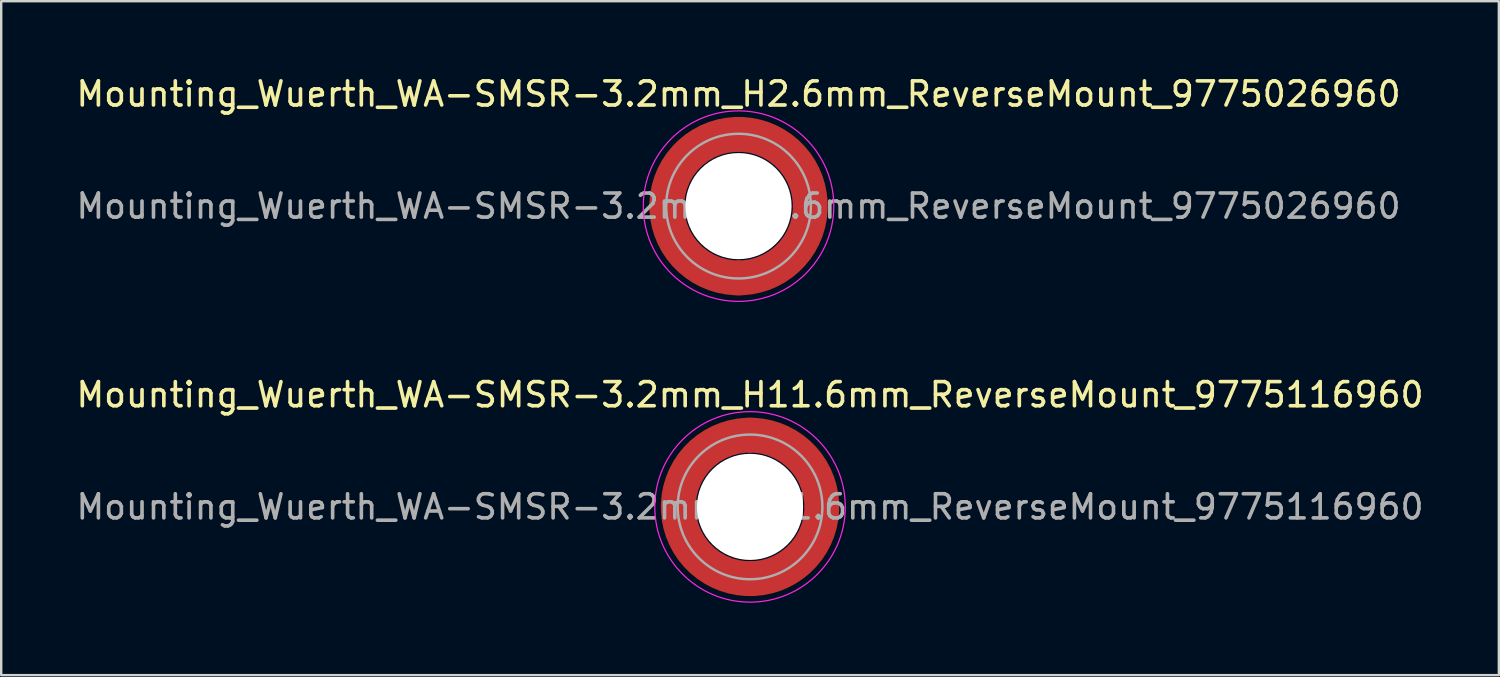
<source format=kicad_pcb>
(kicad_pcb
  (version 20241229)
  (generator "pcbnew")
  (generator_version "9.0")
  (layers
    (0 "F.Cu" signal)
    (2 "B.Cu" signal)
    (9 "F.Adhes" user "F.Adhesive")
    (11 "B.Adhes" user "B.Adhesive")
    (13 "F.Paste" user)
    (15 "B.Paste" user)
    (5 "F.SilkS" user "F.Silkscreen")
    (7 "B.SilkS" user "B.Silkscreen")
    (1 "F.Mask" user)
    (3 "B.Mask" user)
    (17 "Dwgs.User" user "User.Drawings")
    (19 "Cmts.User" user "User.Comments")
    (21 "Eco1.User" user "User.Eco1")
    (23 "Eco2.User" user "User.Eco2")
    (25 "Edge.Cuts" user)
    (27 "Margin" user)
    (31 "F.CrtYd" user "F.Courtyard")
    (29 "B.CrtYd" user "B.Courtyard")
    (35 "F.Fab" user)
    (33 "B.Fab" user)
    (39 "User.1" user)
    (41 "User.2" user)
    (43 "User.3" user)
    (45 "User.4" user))
  (footprint "Mounting_Wuerth_WA-SMSR-3.2mm_H2.6mm_ReverseMount_9775026960"
    (layer "F.Cu")
    (at 27.577 5.498)
    (property "Reference" "Mounting_Wuerth_WA-SMSR-3.2mm_H2.6mm_ReverseMount_9775026960" (at 0 -4.65 0) (layer "F.SilkS") (effects (font (size 1 1) (thickness 0.15))))
    (attr smd)
    (fp_circle (center 0 0) (end 3.95 0) (stroke (width 0.05) (type solid)) (fill no) (layer "F.CrtYd"))
    (fp_circle (center 0 0) (end 3 0) (stroke (width 0.1) (type solid)) (fill no) (layer "F.Fab"))
    (fp_text user "${REFERENCE}" (at 0 0 0) (layer "F.Fab") (effects (font (size 1 1) (thickness 0.15))))
    (pad "" smd custom (at -2.095 -2.095) (size 0.672 0.672) (layers "F.Paste") (options (anchor circle)) (primitives (gr_arc (start -0.24231 1.594804) (mid 0.404819 0.404819) (end 1.594804 -0.24231) (width 0.2)) (gr_arc (start -0.3398 1.594804) (mid 0.337349 0.337349) (end 1.594804 -0.3398) (width 0.2)) (gr_arc (start -0.437132 1.594804) (mid 0.269879 0.269879) (end 1.594804 -0.437132) (width 0.2)) (gr_arc (start -0.534324 1.594804) (mid 0.202409 0.202409) (end 1.594804 -0.534324) (width 0.2)) (gr_arc (start -0.631391 1.594804) (mid 0.134939 0.134939) (end 1.594804 -0.631391) (width 0.2)) (gr_arc (start -0.728345 1.594804) (mid 0.06747 0.06747) (end 1.594804 -0.728345) (width 0.2)) (gr_arc (start -0.825197 1.594804) (mid 0 0) (end 1.594804 -0.825197) (width 0.2)) (gr_arc (start -0.921958 1.594804) (mid -0.067469 -0.067469) (end 1.594804 -0.921958) (width 0.2)) (gr_arc (start -1.018637 1.594804) (mid -0.13494 -0.13494) (end 1.594804 -1.018637) (width 0.2)) (gr_arc (start -1.115239 1.594804) (mid -0.202409 -0.202409) (end 1.594804 -1.115239) (width 0.2)) (gr_arc (start -1.211773 1.594804) (mid -0.269879 -0.269879) (end 1.594804 -1.211773) (width 0.2)) (gr_arc (start -1.308244 1.594804) (mid -0.337349 -0.337349) (end 1.594804 -1.308244) (width 0.2)) (gr_arc (start -1.404657 1.594804) (mid -0.404819 -0.404819) (end 1.594804 -1.404657) (width 0.2)) (gr_arc (start -1.404657 1.594804) (mid -0.404819 -0.404819) (end 1.594804 -1.404657) (width 0.2)) (gr_line (start 1.595 -0.242) (end 1.595 -1.405) (width 0.2)) (gr_line (start -0.242 1.595) (end -1.405 1.595) (width 0.2))))
    (pad "" smd custom (at -2.095 2.095) (size 0.672 0.672) (layers "F.Paste") (options (anchor circle)) (primitives (gr_arc (start 1.594804 0.24231) (mid 0.404819 -0.404819) (end -0.24231 -1.594804) (width 0.2)) (gr_arc (start 1.594804 0.3398) (mid 0.337349 -0.337349) (end -0.3398 -1.594804) (width 0.2)) (gr_arc (start 1.594804 0.437132) (mid 0.269879 -0.269879) (end -0.437132 -1.594804) (width 0.2)) (gr_arc (start 1.594804 0.534324) (mid 0.202409 -0.202409) (end -0.534324 -1.594804) (width 0.2)) (gr_arc (start 1.594804 0.631391) (mid 0.134939 -0.134939) (end -0.631391 -1.594804) (width 0.2)) (gr_arc (start 1.594804 0.728345) (mid 0.06747 -0.06747) (end -0.728345 -1.594804) (width 0.2)) (gr_arc (start 1.594804 0.825197) (mid 0 0) (end -0.825197 -1.594804) (width 0.2)) (gr_arc (start 1.594804 0.921958) (mid -0.067469 0.067469) (end -0.921958 -1.594804) (width 0.2)) (gr_arc (start 1.594804 1.018637) (mid -0.13494 0.13494) (end -1.018637 -1.594804) (width 0.2)) (gr_arc (start 1.594804 1.115239) (mid -0.202409 0.202409) (end -1.115239 -1.594804) (width 0.2)) (gr_arc (start 1.594804 1.211773) (mid -0.269879 0.269879) (end -1.211773 -1.594804) (width 0.2)) (gr_arc (start 1.594804 1.308244) (mid -0.337349 0.337349) (end -1.308244 -1.594804) (width 0.2)) (gr_arc (start 1.594804 1.404657) (mid -0.404819 0.404819) (end -1.404657 -1.594804) (width 0.2)) (gr_arc (start 1.594804 1.404657) (mid -0.404819 0.404819) (end -1.404657 -1.594804) (width 0.2)) (gr_line (start -0.242 -1.595) (end -1.405 -1.595) (width 0.2)) (gr_line (start 1.595 0.242) (end 1.595 1.405) (width 0.2))))
    (pad "" np_thru_hole circle (at 0 0) (size 4.4 4.4) (drill 4.4) (layers "*.Cu" "*.Mask"))
    (pad "" smd custom (at 2.095 -2.095) (size 0.672 0.672) (layers "F.Paste") (options (anchor circle)) (primitives (gr_arc (start -1.594804 -0.24231) (mid -0.404819 0.404819) (end 0.24231 1.594804) (width 0.2)) (gr_arc (start -1.594804 -0.3398) (mid -0.337349 0.337349) (end 0.3398 1.594804) (width 0.2)) (gr_arc (start -1.594804 -0.437132) (mid -0.269879 0.269879) (end 0.437132 1.594804) (width 0.2)) (gr_arc (start -1.594804 -0.534324) (mid -0.202409 0.202409) (end 0.534324 1.594804) (width 0.2)) (gr_arc (start -1.594804 -0.631391) (mid -0.134939 0.134939) (end 0.631391 1.594804) (width 0.2)) (gr_arc (start -1.594804 -0.728345) (mid -0.06747 0.06747) (end 0.728345 1.594804) (width 0.2)) (gr_arc (start -1.594804 -0.825197) (mid 0 0) (end 0.825197 1.594804) (width 0.2)) (gr_arc (start -1.594804 -0.921958) (mid 0.067469 -0.067469) (end 0.921958 1.594804) (width 0.2)) (gr_arc (start -1.594804 -1.018637) (mid 0.13494 -0.13494) (end 1.018637 1.594804) (width 0.2)) (gr_arc (start -1.594804 -1.115239) (mid 0.202409 -0.202409) (end 1.115239 1.594804) (width 0.2)) (gr_arc (start -1.594804 -1.211773) (mid 0.269879 -0.269879) (end 1.211773 1.594804) (width 0.2)) (gr_arc (start -1.594804 -1.308244) (mid 0.337349 -0.337349) (end 1.308244 1.594804) (width 0.2)) (gr_arc (start -1.594804 -1.404657) (mid 0.404819 -0.404819) (end 1.404657 1.594804) (width 0.2)) (gr_arc (start -1.594804 -1.404657) (mid 0.404819 -0.404819) (end 1.404657 1.594804) (width 0.2)) (gr_line (start 0.242 1.595) (end 1.405 1.595) (width 0.2)) (gr_line (start -1.595 -0.242) (end -1.595 -1.405) (width 0.2))))
    (pad "" smd custom (at 2.095 2.095) (size 0.672 0.672) (layers "F.Paste") (options (anchor circle)) (primitives (gr_arc (start 0.24231 -1.594804) (mid -0.404819 -0.404819) (end -1.594804 0.24231) (width 0.2)) (gr_arc (start 0.3398 -1.594804) (mid -0.337349 -0.337349) (end -1.594804 0.3398) (width 0.2)) (gr_arc (start 0.437132 -1.594804) (mid -0.269879 -0.269879) (end -1.594804 0.437132) (width 0.2)) (gr_arc (start 0.534324 -1.594804) (mid -0.202409 -0.202409) (end -1.594804 0.534324) (width 0.2)) (gr_arc (start 0.631391 -1.594804) (mid -0.134939 -0.134939) (end -1.594804 0.631391) (width 0.2)) (gr_arc (start 0.728345 -1.594804) (mid -0.06747 -0.06747) (end -1.594804 0.728345) (width 0.2)) (gr_arc (start 0.825197 -1.594804) (mid 0 0) (end -1.594804 0.825197) (width 0.2)) (gr_arc (start 0.921958 -1.594804) (mid 0.067469 0.067469) (end -1.594804 0.921958) (width 0.2)) (gr_arc (start 1.018637 -1.594804) (mid 0.13494 0.13494) (end -1.594804 1.018637) (width 0.2)) (gr_arc (start 1.115239 -1.594804) (mid 0.202409 0.202409) (end -1.594804 1.115239) (width 0.2)) (gr_arc (start 1.211773 -1.594804) (mid 0.269879 0.269879) (end -1.594804 1.211773) (width 0.2)) (gr_arc (start 1.308244 -1.594804) (mid 0.337349 0.337349) (end -1.594804 1.308244) (width 0.2)) (gr_arc (start 1.404657 -1.594804) (mid 0.404819 0.404819) (end -1.594804 1.404657) (width 0.2)) (gr_arc (start 1.404657 -1.594804) (mid 0.404819 0.404819) (end -1.594804 1.404657) (width 0.2)) (gr_line (start -1.595 0.242) (end -1.595 1.405) (width 0.2)) (gr_line (start 0.242 -1.595) (end 1.405 -1.595) (width 0.2))))
    (pad "1" smd circle (at -2.975 0) (size 1.45 1.45) (layers "F.Cu"))
    (pad "1" smd circle (at 0 -2.975) (size 1.45 1.45) (layers "F.Cu"))
    (pad "1" smd circle (at 0 2.975) (size 1.45 1.45) (layers "F.Cu"))
    (pad "1" smd custom (at 2.975 0) (size 1.45 1.45) (layers "F.Cu" "F.Mask") (options (anchor circle)) (primitives (gr_circle (center -2.975 0) (end 0 0) (width 1.45) (fill no)))))
  (footprint "Mounting_Wuerth_WA-SMSR-3.2mm_H11.6mm_ReverseMount_9775116960"
    (layer "F.Cu")
    (at 28.054 17.971)
    (property "Reference" "Mounting_Wuerth_WA-SMSR-3.2mm_H11.6mm_ReverseMount_9775116960" (at 0 -4.65 0) (layer "F.SilkS") (effects (font (size 1 1) (thickness 0.15))))
    (attr smd)
    (fp_circle (center 0 0) (end 3.95 0) (stroke (width 0.05) (type solid)) (fill no) (layer "F.CrtYd"))
    (fp_circle (center 0 0) (end 3 0) (stroke (width 0.1) (type solid)) (fill no) (layer "F.Fab"))
    (fp_text user "${REFERENCE}" (at 0 0 0) (layer "F.Fab") (effects (font (size 1 1) (thickness 0.15))))
    (pad "" smd custom (at -2.095 -2.095) (size 0.672 0.672) (layers "F.Paste") (options (anchor circle)) (primitives (gr_arc (start -0.24231 1.594804) (mid 0.404819 0.404819) (end 1.594804 -0.24231) (width 0.2)) (gr_arc (start -0.3398 1.594804) (mid 0.337349 0.337349) (end 1.594804 -0.3398) (width 0.2)) (gr_arc (start -0.437132 1.594804) (mid 0.269879 0.269879) (end 1.594804 -0.437132) (width 0.2)) (gr_arc (start -0.534324 1.594804) (mid 0.202409 0.202409) (end 1.594804 -0.534324) (width 0.2)) (gr_arc (start -0.631391 1.594804) (mid 0.134939 0.134939) (end 1.594804 -0.631391) (width 0.2)) (gr_arc (start -0.728345 1.594804) (mid 0.06747 0.06747) (end 1.594804 -0.728345) (width 0.2)) (gr_arc (start -0.825197 1.594804) (mid 0 0) (end 1.594804 -0.825197) (width 0.2)) (gr_arc (start -0.921958 1.594804) (mid -0.067469 -0.067469) (end 1.594804 -0.921958) (width 0.2)) (gr_arc (start -1.018637 1.594804) (mid -0.13494 -0.13494) (end 1.594804 -1.018637) (width 0.2)) (gr_arc (start -1.115239 1.594804) (mid -0.202409 -0.202409) (end 1.594804 -1.115239) (width 0.2)) (gr_arc (start -1.211773 1.594804) (mid -0.269879 -0.269879) (end 1.594804 -1.211773) (width 0.2)) (gr_arc (start -1.308244 1.594804) (mid -0.337349 -0.337349) (end 1.594804 -1.308244) (width 0.2)) (gr_arc (start -1.404657 1.594804) (mid -0.404819 -0.404819) (end 1.594804 -1.404657) (width 0.2)) (gr_arc (start -1.404657 1.594804) (mid -0.404819 -0.404819) (end 1.594804 -1.404657) (width 0.2)) (gr_line (start 1.595 -0.242) (end 1.595 -1.405) (width 0.2)) (gr_line (start -0.242 1.595) (end -1.405 1.595) (width 0.2))))
    (pad "" smd custom (at -2.095 2.095) (size 0.672 0.672) (layers "F.Paste") (options (anchor circle)) (primitives (gr_arc (start 1.594804 0.24231) (mid 0.404819 -0.404819) (end -0.24231 -1.594804) (width 0.2)) (gr_arc (start 1.594804 0.3398) (mid 0.337349 -0.337349) (end -0.3398 -1.594804) (width 0.2)) (gr_arc (start 1.594804 0.437132) (mid 0.269879 -0.269879) (end -0.437132 -1.594804) (width 0.2)) (gr_arc (start 1.594804 0.534324) (mid 0.202409 -0.202409) (end -0.534324 -1.594804) (width 0.2)) (gr_arc (start 1.594804 0.631391) (mid 0.134939 -0.134939) (end -0.631391 -1.594804) (width 0.2)) (gr_arc (start 1.594804 0.728345) (mid 0.06747 -0.06747) (end -0.728345 -1.594804) (width 0.2)) (gr_arc (start 1.594804 0.825197) (mid 0 0) (end -0.825197 -1.594804) (width 0.2)) (gr_arc (start 1.594804 0.921958) (mid -0.067469 0.067469) (end -0.921958 -1.594804) (width 0.2)) (gr_arc (start 1.594804 1.018637) (mid -0.13494 0.13494) (end -1.018637 -1.594804) (width 0.2)) (gr_arc (start 1.594804 1.115239) (mid -0.202409 0.202409) (end -1.115239 -1.594804) (width 0.2)) (gr_arc (start 1.594804 1.211773) (mid -0.269879 0.269879) (end -1.211773 -1.594804) (width 0.2)) (gr_arc (start 1.594804 1.308244) (mid -0.337349 0.337349) (end -1.308244 -1.594804) (width 0.2)) (gr_arc (start 1.594804 1.404657) (mid -0.404819 0.404819) (end -1.404657 -1.594804) (width 0.2)) (gr_arc (start 1.594804 1.404657) (mid -0.404819 0.404819) (end -1.404657 -1.594804) (width 0.2)) (gr_line (start -0.242 -1.595) (end -1.405 -1.595) (width 0.2)) (gr_line (start 1.595 0.242) (end 1.595 1.405) (width 0.2))))
    (pad "" np_thru_hole circle (at 0 0) (size 4.4 4.4) (drill 4.4) (layers "*.Cu" "*.Mask"))
    (pad "" smd custom (at 2.095 -2.095) (size 0.672 0.672) (layers "F.Paste") (options (anchor circle)) (primitives (gr_arc (start -1.594804 -0.24231) (mid -0.404819 0.404819) (end 0.24231 1.594804) (width 0.2)) (gr_arc (start -1.594804 -0.3398) (mid -0.337349 0.337349) (end 0.3398 1.594804) (width 0.2)) (gr_arc (start -1.594804 -0.437132) (mid -0.269879 0.269879) (end 0.437132 1.594804) (width 0.2)) (gr_arc (start -1.594804 -0.534324) (mid -0.202409 0.202409) (end 0.534324 1.594804) (width 0.2)) (gr_arc (start -1.594804 -0.631391) (mid -0.134939 0.134939) (end 0.631391 1.594804) (width 0.2)) (gr_arc (start -1.594804 -0.728345) (mid -0.06747 0.06747) (end 0.728345 1.594804) (width 0.2)) (gr_arc (start -1.594804 -0.825197) (mid 0 0) (end 0.825197 1.594804) (width 0.2)) (gr_arc (start -1.594804 -0.921958) (mid 0.067469 -0.067469) (end 0.921958 1.594804) (width 0.2)) (gr_arc (start -1.594804 -1.018637) (mid 0.13494 -0.13494) (end 1.018637 1.594804) (width 0.2)) (gr_arc (start -1.594804 -1.115239) (mid 0.202409 -0.202409) (end 1.115239 1.594804) (width 0.2)) (gr_arc (start -1.594804 -1.211773) (mid 0.269879 -0.269879) (end 1.211773 1.594804) (width 0.2)) (gr_arc (start -1.594804 -1.308244) (mid 0.337349 -0.337349) (end 1.308244 1.594804) (width 0.2)) (gr_arc (start -1.594804 -1.404657) (mid 0.404819 -0.404819) (end 1.404657 1.594804) (width 0.2)) (gr_arc (start -1.594804 -1.404657) (mid 0.404819 -0.404819) (end 1.404657 1.594804) (width 0.2)) (gr_line (start 0.242 1.595) (end 1.405 1.595) (width 0.2)) (gr_line (start -1.595 -0.242) (end -1.595 -1.405) (width 0.2))))
    (pad "" smd custom (at 2.095 2.095) (size 0.672 0.672) (layers "F.Paste") (options (anchor circle)) (primitives (gr_arc (start 0.24231 -1.594804) (mid -0.404819 -0.404819) (end -1.594804 0.24231) (width 0.2)) (gr_arc (start 0.3398 -1.594804) (mid -0.337349 -0.337349) (end -1.594804 0.3398) (width 0.2)) (gr_arc (start 0.437132 -1.594804) (mid -0.269879 -0.269879) (end -1.594804 0.437132) (width 0.2)) (gr_arc (start 0.534324 -1.594804) (mid -0.202409 -0.202409) (end -1.594804 0.534324) (width 0.2)) (gr_arc (start 0.631391 -1.594804) (mid -0.134939 -0.134939) (end -1.594804 0.631391) (width 0.2)) (gr_arc (start 0.728345 -1.594804) (mid -0.06747 -0.06747) (end -1.594804 0.728345) (width 0.2)) (gr_arc (start 0.825197 -1.594804) (mid 0 0) (end -1.594804 0.825197) (width 0.2)) (gr_arc (start 0.921958 -1.594804) (mid 0.067469 0.067469) (end -1.594804 0.921958) (width 0.2)) (gr_arc (start 1.018637 -1.594804) (mid 0.13494 0.13494) (end -1.594804 1.018637) (width 0.2)) (gr_arc (start 1.115239 -1.594804) (mid 0.202409 0.202409) (end -1.594804 1.115239) (width 0.2)) (gr_arc (start 1.211773 -1.594804) (mid 0.269879 0.269879) (end -1.594804 1.211773) (width 0.2)) (gr_arc (start 1.308244 -1.594804) (mid 0.337349 0.337349) (end -1.594804 1.308244) (width 0.2)) (gr_arc (start 1.404657 -1.594804) (mid 0.404819 0.404819) (end -1.594804 1.404657) (width 0.2)) (gr_arc (start 1.404657 -1.594804) (mid 0.404819 0.404819) (end -1.594804 1.404657) (width 0.2)) (gr_line (start -1.595 0.242) (end -1.595 1.405) (width 0.2)) (gr_line (start 0.242 -1.595) (end 1.405 -1.595) (width 0.2))))
    (pad "1" smd circle (at -2.975 0) (size 1.45 1.45) (layers "F.Cu"))
    (pad "1" smd circle (at 0 -2.975) (size 1.45 1.45) (layers "F.Cu"))
    (pad "1" smd circle (at 0 2.975) (size 1.45 1.45) (layers "F.Cu"))
    (pad "1" smd custom (at 2.975 0) (size 1.45 1.45) (layers "F.Cu" "F.Mask") (options (anchor circle)) (primitives (gr_circle (center -2.975 0) (end 0 0) (width 1.45) (fill no)))))
  (gr_rect
    (start -3 -3)
    (end 59.107 24.947)
    (stroke (width 0.1) (type default))
    (fill no)
    (layer "Edge.Cuts")))
</source>
